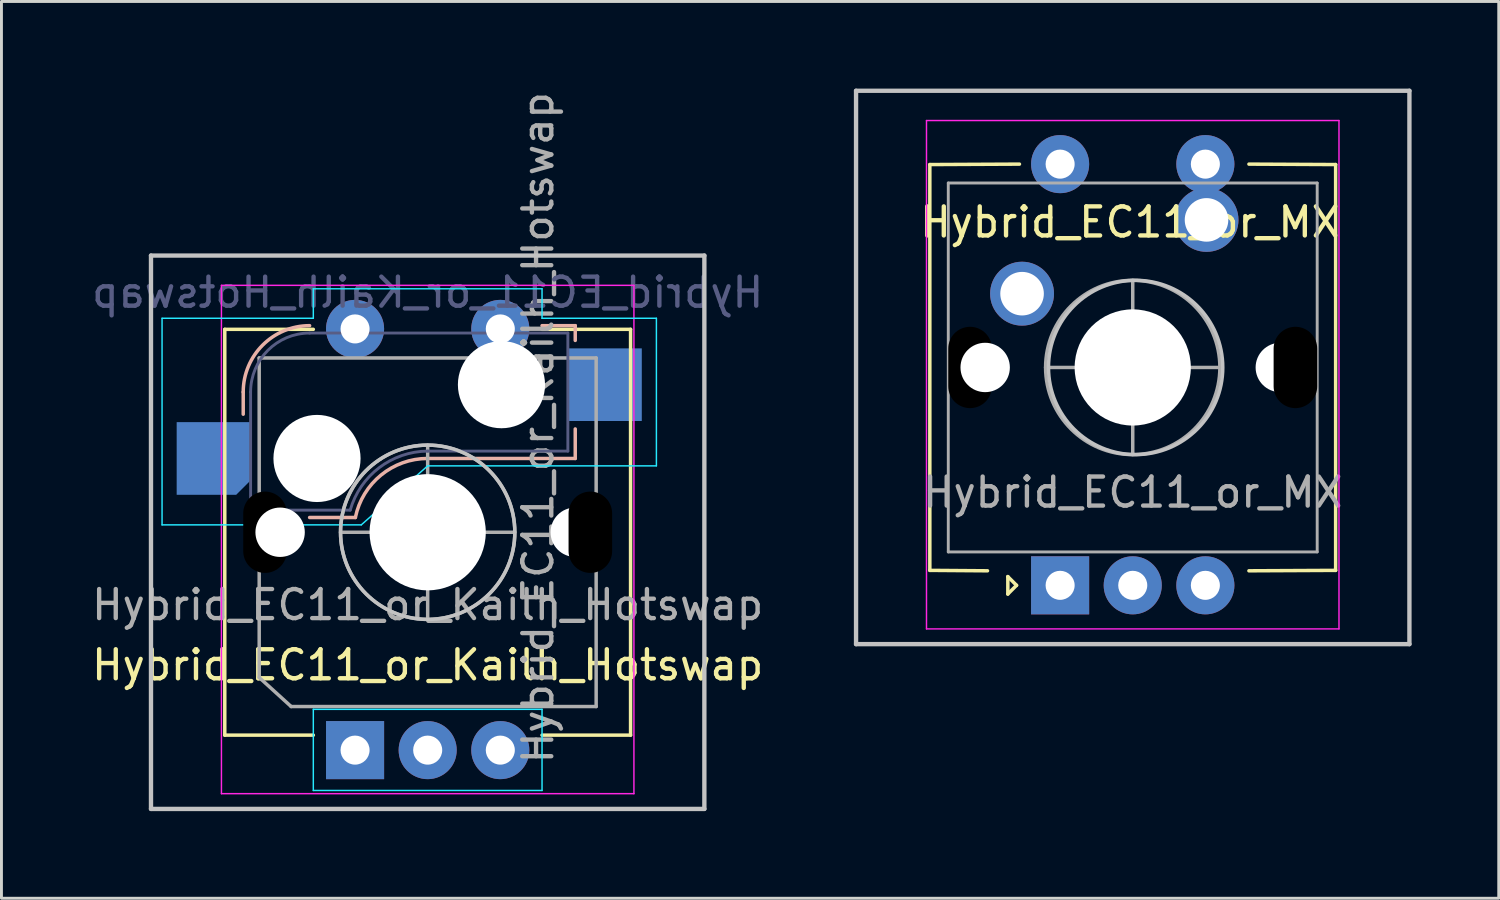
<source format=kicad_pcb>
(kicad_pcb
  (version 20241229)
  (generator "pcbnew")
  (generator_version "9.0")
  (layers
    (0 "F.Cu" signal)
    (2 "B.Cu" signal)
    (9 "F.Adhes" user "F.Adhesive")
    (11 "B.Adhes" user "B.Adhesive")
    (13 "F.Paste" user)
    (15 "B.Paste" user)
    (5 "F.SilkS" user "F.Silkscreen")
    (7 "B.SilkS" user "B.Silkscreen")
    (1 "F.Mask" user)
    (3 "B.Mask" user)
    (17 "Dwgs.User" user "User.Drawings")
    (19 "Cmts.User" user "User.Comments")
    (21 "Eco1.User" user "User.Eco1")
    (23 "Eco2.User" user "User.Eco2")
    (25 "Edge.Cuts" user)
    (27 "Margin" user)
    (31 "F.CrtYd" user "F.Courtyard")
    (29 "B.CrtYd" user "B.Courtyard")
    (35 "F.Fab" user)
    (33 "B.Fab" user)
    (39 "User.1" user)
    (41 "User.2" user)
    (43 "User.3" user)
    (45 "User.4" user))
  (footprint "Hybrid_EC11_or_Kailh_Hotswap"
    (layer "F.Cu")
    (at 11.673 15.273)
    (property "Reference" "Hybrid_EC11_or_Kailh_Hotswap" (at 0 4.572 0) (unlocked yes) (layer "F.SilkS") (effects (font (size 1 1) (thickness 0.15))))
    (attr through_hole)
    (fp_line (start -6.985 -6.985) (end -3.937 -6.985) (stroke (width 0.12) (type solid)) (layer "F.SilkS"))
    (fp_line (start -6.985 6.985) (end -6.985 -6.985) (stroke (width 0.12) (type solid)) (layer "F.SilkS"))
    (fp_line (start -6.985 6.985) (end -3.937 6.985) (stroke (width 0.12) (type solid)) (layer "F.SilkS"))
    (fp_line (start 3.937 -6.985) (end 6.985 -6.985) (stroke (width 0.12) (type solid)) (layer "F.SilkS"))
    (fp_line (start 6.985 -6.985) (end 6.985 6.985) (stroke (width 0.12) (type solid)) (layer "F.SilkS"))
    (fp_line (start 6.985 6.985) (end 3.937 6.985) (stroke (width 0.12) (type solid)) (layer "F.SilkS"))
    (fp_line (start -6.35 -4.826) (end -6.35 -4.064) (stroke (width 0.12) (type solid)) (layer "B.SilkS"))
    (fp_line (start -4.064 -0.508) (end -2.489 -0.508) (stroke (width 0.12) (type solid)) (layer "B.SilkS"))
    (fp_line (start 0 -2.54) (end 5.08 -2.54) (stroke (width 0.12) (type solid)) (layer "B.SilkS"))
    (fp_line (start 5.08 -7.112) (end 3.937 -7.112) (stroke (width 0.12) (type solid)) (layer "B.SilkS"))
    (fp_line (start 5.08 -6.604) (end 5.08 -7.112) (stroke (width 0.12) (type solid)) (layer "B.SilkS"))
    (fp_line (start 5.08 -2.54) (end 5.08 -3.556) (stroke (width 0.12) (type solid)) (layer "B.SilkS"))
    (fp_arc (start -6.35 -4.826) (mid -5.680446 -6.442446) (end -4.064 -7.112) (stroke (width 0.12) (type solid)) (layer "B.SilkS"))
    (fp_arc (start -2.489199 -0.508) (mid -1.606798 -1.967836) (end 0 -2.540507) (stroke (width 0.12) (type solid)) (layer "B.SilkS"))
    (fp_line (start -9.525 -9.525) (end 9.525 -9.525) (stroke (width 0.15) (type solid)) (layer "Dwgs.User"))
    (fp_line (start -9.525 9.525) (end -9.525 -9.525) (stroke (width 0.15) (type solid)) (layer "Dwgs.User"))
    (fp_line (start 9.525 -9.525) (end 9.525 9.525) (stroke (width 0.15) (type solid)) (layer "Dwgs.User"))
    (fp_line (start 9.525 9.525) (end -9.525 9.525) (stroke (width 0.15) (type solid)) (layer "Dwgs.User"))
    (fp_circle (center 0 0) (end 0 -3) (stroke (width 0.12) (type solid)) (fill no) (layer "Dwgs.User"))
    (fp_line (start -9.144 -7.366) (end -3.937 -7.366) (stroke (width 0.05) (type solid)) (layer "B.CrtYd"))
    (fp_line (start -9.144 -0.254) (end -9.144 -7.366) (stroke (width 0.05) (type solid)) (layer "B.CrtYd"))
    (fp_line (start -3.937 -8.382) (end 3.937 -8.382) (stroke (width 0.05) (type solid)) (layer "B.CrtYd"))
    (fp_line (start -3.937 -7.366) (end -3.937 -8.382) (stroke (width 0.05) (type solid)) (layer "B.CrtYd"))
    (fp_line (start -3.937 6.096) (end 3.937 6.096) (stroke (width 0.05) (type solid)) (layer "B.CrtYd"))
    (fp_line (start -3.937 8.89) (end -3.937 6.096) (stroke (width 0.05) (type solid)) (layer "B.CrtYd"))
    (fp_line (start -2.286 -0.254) (end -9.144 -0.254) (stroke (width 0.05) (type solid)) (layer "B.CrtYd"))
    (fp_line (start 0 -2.286) (end -2.286 -0.254) (stroke (width 0.05) (type solid)) (layer "B.CrtYd"))
    (fp_line (start 3.937 -8.382) (end 3.937 -7.366) (stroke (width 0.05) (type solid)) (layer "B.CrtYd"))
    (fp_line (start 3.937 -7.366) (end 7.874 -7.366) (stroke (width 0.05) (type solid)) (layer "B.CrtYd"))
    (fp_line (start 3.937 6.096) (end 3.937 8.89) (stroke (width 0.05) (type solid)) (layer "B.CrtYd"))
    (fp_line (start 3.937 8.89) (end -3.937 8.89) (stroke (width 0.05) (type solid)) (layer "B.CrtYd"))
    (fp_line (start 7.874 -7.366) (end 7.874 -2.286) (stroke (width 0.05) (type solid)) (layer "B.CrtYd"))
    (fp_line (start 7.874 -2.286) (end 0 -2.286) (stroke (width 0.05) (type solid)) (layer "B.CrtYd"))
    (fp_line (start -7.1 9) (end -7.1 -8.5) (stroke (width 0.05) (type solid)) (layer "F.CrtYd"))
    (fp_line (start -7.1 9) (end 7.1 9) (stroke (width 0.05) (type solid)) (layer "F.CrtYd"))
    (fp_line (start 7.1 -8.5) (end -7.1 -8.5) (stroke (width 0.05) (type solid)) (layer "F.CrtYd"))
    (fp_line (start 7.1 -8.5) (end 7.1 9) (stroke (width 0.05) (type solid)) (layer "F.CrtYd"))
    (fp_line (start -6.096 -0.762) (end -6.096 -4.826) (stroke (width 0.1) (type solid)) (layer "B.Fab"))
    (fp_line (start -6.096 -0.762) (end -2.667 -0.762) (stroke (width 0.1) (type solid)) (layer "B.Fab"))
    (fp_line (start 4.826 -6.858) (end -4.064 -6.858) (stroke (width 0.1) (type solid)) (layer "B.Fab"))
    (fp_line (start 4.826 -6.858) (end 4.826 -2.794) (stroke (width 0.1) (type solid)) (layer "B.Fab"))
    (fp_line (start 4.826 -2.794) (end 0 -2.794) (stroke (width 0.1) (type solid)) (layer "B.Fab"))
    (fp_arc (start -6.096 -4.826) (mid -5.500841 -6.262841) (end -4.064 -6.858) (stroke (width 0.1) (type solid)) (layer "B.Fab"))
    (fp_arc (start -2.666999 -0.762) (mid -1.670992 -2.220958) (end 0 -2.794) (stroke (width 0.1) (type solid)) (layer "B.Fab"))
    (fp_line (start -5.8 -6) (end 5.8 -6) (stroke (width 0.12) (type solid)) (layer "F.Fab"))
    (fp_line (start -5.8 5) (end -5.8 -6) (stroke (width 0.12) (type solid)) (layer "F.Fab"))
    (fp_line (start -4.7 6) (end -5.8 5) (stroke (width 0.12) (type solid)) (layer "F.Fab"))
    (fp_line (start -3 0) (end 3 0) (stroke (width 0.12) (type solid)) (layer "F.Fab"))
    (fp_line (start 0 3) (end 0 -3) (stroke (width 0.12) (type solid)) (layer "F.Fab"))
    (fp_line (start 5.8 -6) (end 5.8 6) (stroke (width 0.12) (type solid)) (layer "F.Fab"))
    (fp_line (start 5.8 6) (end -4.7 6) (stroke (width 0.12) (type solid)) (layer "F.Fab"))
    (fp_circle (center 0 0) (end 0 -3) (stroke (width 0.12) (type solid)) (fill no) (layer "F.Fab"))
    (fp_text user "${REFERENCE}" (at 0 -8.255 0) (layer "B.Fab") (effects (font (size 1 1) (thickness 0.15)) (justify mirror)))
    (fp_text user "${REFERENCE}" (at 0 2.5 0) (unlocked yes) (layer "F.Fab") (effects (font (size 1 1) (thickness 0.15))))
    (fp_text user "${REFERENCE}" (at 3.8 -3.6 90) (layer "F.Fab") (effects (font (size 1 1) (thickness 0.15))))
    (pad "" np_thru_hole oval (at -5.6 0 90) (size 3.2 2) (drill oval 2.8 1.5) (layers "*.Mask"))
    (pad "" np_thru_hole circle (at -5.08 0) (size 1.7 1.7) (drill 1.7) (layers "*.Cu" "*.Mask"))
    (pad "" np_thru_hole circle (at -3.81 -2.54) (size 3 3) (drill 3) (layers "*.Cu" "*.Mask"))
    (pad "" np_thru_hole circle (at 0 0) (size 4 4) (drill 4) (layers "*.Cu" "*.Mask"))
    (pad "" np_thru_hole circle (at 2.54 -5.08) (size 3 3) (drill 3) (layers "*.Cu" "*.Mask"))
    (pad "" np_thru_hole circle (at 5.08 0) (size 1.7 1.7) (drill 1.7) (layers "*.Cu" "*.Mask"))
    (pad "" np_thru_hole oval (at 5.6 0 90) (size 3.2 2) (drill oval 2.8 1.5) (layers "*.Mask"))
    (pad "A" thru_hole rect (at -2.5 7.5 90) (size 2 2) (drill 1) (layers "*.Cu" "*.Mask"))
    (pad "B" thru_hole circle (at 2.5 7.5 90) (size 2 2) (drill 1) (layers "*.Cu" "*.Mask"))
    (pad "C" thru_hole circle (at 0 7.5 90) (size 2 2) (drill 1) (layers "*.Cu" "*.Mask"))
    (pad "S1" thru_hole circle (at 2.5 -7 90) (size 2 2) (drill 1) (layers "*.Cu" "*.Mask"))
    (pad "S1" smd rect (at 6.096 -5.08) (size 2.55 2.5) (layers "B.Cu" "B.Mask" "B.Paste"))
    (pad "S2" smd roundrect (at -7.366 -2.54) (size 2.55 2.5) (layers "B.Cu" "B.Mask" "B.Paste") (roundrect_rratio 0) (chamfer_ratio 0.2) (chamfer bottom_right))
    (pad "S2" thru_hole circle (at -2.5 -7 90) (size 2 2) (drill 1) (layers "*.Cu" "*.Mask")))
  (footprint "Hybrid_EC11_or_MX"
    (layer "F.Cu")
    (at 35.945 9.6)
    (property "Reference" "Hybrid_EC11_or_MX" (at -0.1 -5 0) (unlocked yes) (layer "F.SilkS") (effects (font (size 1 1) (thickness 0.15))))
    (attr through_hole)
    (fp_line (start -6.985 -6.985) (end -3.9 -7) (stroke (width 0.12) (type solid)) (layer "F.SilkS"))
    (fp_line (start -6.985 6.985) (end -6.985 -6.985) (stroke (width 0.12) (type solid)) (layer "F.SilkS"))
    (fp_line (start -6.985 6.985) (end -5 7) (stroke (width 0.12) (type solid)) (layer "F.SilkS"))
    (fp_line (start -4.3 7.2) (end -4 7.5) (stroke (width 0.12) (type solid)) (layer "F.SilkS"))
    (fp_line (start -4.3 7.8) (end -4.3 7.2) (stroke (width 0.12) (type solid)) (layer "F.SilkS"))
    (fp_line (start -4 7.5) (end -4.3 7.8) (stroke (width 0.12) (type solid)) (layer "F.SilkS"))
    (fp_line (start 4 -7) (end 6.985 -6.985) (stroke (width 0.12) (type solid)) (layer "F.SilkS"))
    (fp_line (start 6.985 -6.985) (end 6.985 6.985) (stroke (width 0.12) (type solid)) (layer "F.SilkS"))
    (fp_line (start 6.985 6.985) (end 4 7) (stroke (width 0.12) (type solid)) (layer "F.SilkS"))
    (fp_line (start -9.525 -9.525) (end 9.525 -9.525) (stroke (width 0.15) (type solid)) (layer "Dwgs.User"))
    (fp_line (start -9.525 9.525) (end -9.525 -9.525) (stroke (width 0.15) (type solid)) (layer "Dwgs.User"))
    (fp_line (start 9.525 -9.525) (end 9.525 9.525) (stroke (width 0.15) (type solid)) (layer "Dwgs.User"))
    (fp_line (start 9.525 9.525) (end -9.525 9.525) (stroke (width 0.15) (type solid)) (layer "Dwgs.User"))
    (fp_circle (center 0.1 0) (end 0.1 -3) (stroke (width 0.12) (type solid)) (fill no) (layer "Dwgs.User"))
    (fp_line (start -7.1 9) (end -7.1 -8.5) (stroke (width 0.05) (type solid)) (layer "F.CrtYd"))
    (fp_line (start -7.1 9) (end 7.1 9) (stroke (width 0.05) (type solid)) (layer "F.CrtYd"))
    (fp_line (start 7.1 -8.5) (end -7.1 -8.5) (stroke (width 0.05) (type solid)) (layer "F.CrtYd"))
    (fp_line (start 7.1 -8.5) (end 7.1 9) (stroke (width 0.05) (type solid)) (layer "F.CrtYd"))
    (fp_line (start -6.35 -6.35) (end 6.35 -6.35) (stroke (width 0.1) (type solid)) (layer "F.Fab"))
    (fp_line (start -6.35 6.35) (end -6.35 -6.35) (stroke (width 0.1) (type solid)) (layer "F.Fab"))
    (fp_line (start -3 0) (end 3 0) (stroke (width 0.12) (type solid)) (layer "F.Fab"))
    (fp_line (start 0 3) (end 0 -3) (stroke (width 0.12) (type solid)) (layer "F.Fab"))
    (fp_line (start 6.35 -6.35) (end 6.35 6.35) (stroke (width 0.1) (type solid)) (layer "F.Fab"))
    (fp_line (start 6.35 6.35) (end -6.35 6.35) (stroke (width 0.1) (type solid)) (layer "F.Fab"))
    (fp_circle (center 0 0) (end 0 -3) (stroke (width 0.12) (type solid)) (fill no) (layer "F.Fab"))
    (fp_text user "${REFERENCE}" (at 0 4.3 0) (unlocked yes) (layer "F.Fab") (effects (font (size 1 1) (thickness 0.15))))
    (pad "" np_thru_hole oval (at -5.6 0 90) (size 3.2 2) (drill oval 2.8 1.5) (layers "*.Mask"))
    (pad "" np_thru_hole circle (at -5.08 0) (size 1.7 1.7) (drill 1.7) (layers "*.Cu" "*.Mask"))
    (pad "" np_thru_hole circle (at 0 0) (size 4 4) (drill 4) (layers "*.Cu" "*.Mask"))
    (pad "" np_thru_hole circle (at 5.08 0) (size 1.7 1.7) (drill 1.7) (layers "*.Cu" "*.Mask"))
    (pad "" np_thru_hole oval (at 5.6 0 90) (size 3.2 2) (drill oval 2.8 1.5) (layers "*.Mask"))
    (pad "A" thru_hole rect (at -2.5 7.5 90) (size 2 2) (drill 1) (layers "*.Cu" "*.Mask"))
    (pad "B" thru_hole circle (at 2.5 7.5 90) (size 2 2) (drill 1) (layers "*.Cu" "*.Mask"))
    (pad "C" thru_hole circle (at 0 7.5 90) (size 2 2) (drill 1) (layers "*.Cu" "*.Mask"))
    (pad "S1" thru_hole circle (at 2.5 -7 90) (size 2 2) (drill 1) (layers "*.Cu" "*.Mask"))
    (pad "S1" thru_hole circle (at 2.54 -5.08) (size 2.2 2.2) (drill 1.5) (layers "*.Cu" "*.Mask"))
    (pad "S2" thru_hole circle (at -3.81 -2.54) (size 2.2 2.2) (drill 1.5) (layers "*.Cu" "*.Mask"))
    (pad "S2" thru_hole circle (at -2.5 -7 90) (size 2 2) (drill 1) (layers "*.Cu" "*.Mask")))
  (gr_rect
    (start -3 -3)
    (end 48.545 27.873)
    (stroke (width 0.1) (type default))
    (fill no)
    (layer "Edge.Cuts")))
</source>
